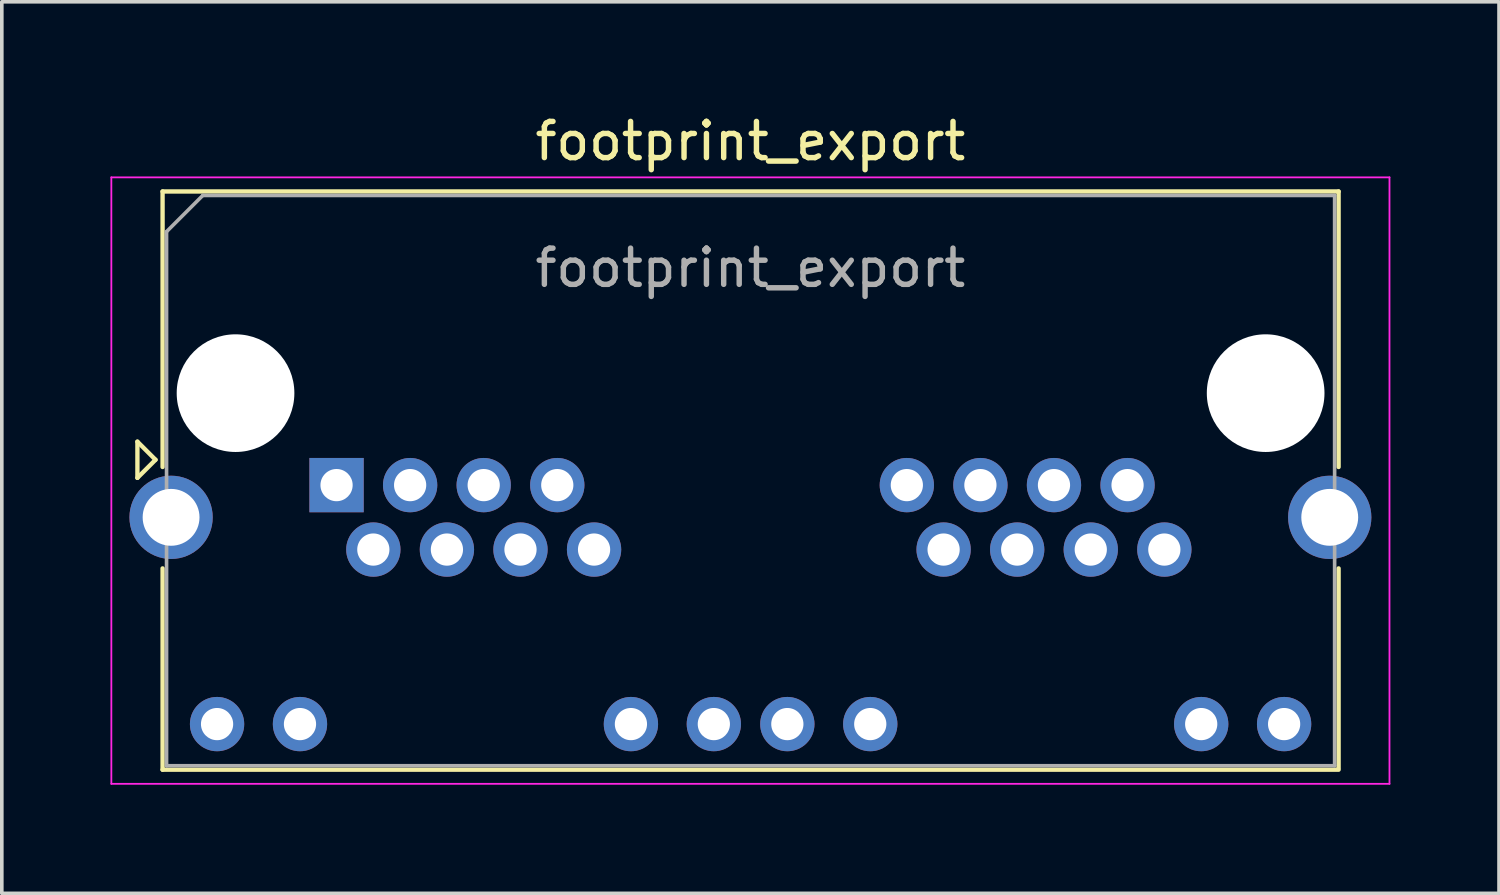
<source format=kicad_pcb>
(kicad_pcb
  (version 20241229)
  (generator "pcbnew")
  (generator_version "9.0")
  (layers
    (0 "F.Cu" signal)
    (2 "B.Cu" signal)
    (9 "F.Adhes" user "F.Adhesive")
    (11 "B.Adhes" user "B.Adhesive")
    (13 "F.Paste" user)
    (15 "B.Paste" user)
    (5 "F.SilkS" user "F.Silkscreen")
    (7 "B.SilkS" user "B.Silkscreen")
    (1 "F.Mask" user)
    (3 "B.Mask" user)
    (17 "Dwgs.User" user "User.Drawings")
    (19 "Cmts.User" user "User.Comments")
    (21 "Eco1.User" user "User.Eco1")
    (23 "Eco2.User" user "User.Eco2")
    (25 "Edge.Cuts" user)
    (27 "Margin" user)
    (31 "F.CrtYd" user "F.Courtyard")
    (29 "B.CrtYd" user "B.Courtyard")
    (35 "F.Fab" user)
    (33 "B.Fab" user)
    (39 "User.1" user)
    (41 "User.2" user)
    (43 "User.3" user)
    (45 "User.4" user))
  (footprint "footprint_export"
    (layer "F.Cu")
    (at 6.245 10.348)
    (property "Reference" "footprint_export" (at 11.43 -9.5 0) (layer "F.SilkS") (effects (font (size 1 1) (thickness 0.15))))
    (attr through_hole)
    (fp_line (start -5.5 -1.2) (end -5 -0.7) (stroke (width 0.12) (type solid)) (layer "F.SilkS"))
    (fp_line (start -5.5 -0.2) (end -5.5 -1.2) (stroke (width 0.12) (type solid)) (layer "F.SilkS"))
    (fp_line (start -5 -0.7) (end -5.5 -0.2) (stroke (width 0.12) (type solid)) (layer "F.SilkS"))
    (fp_line (start -4.805 -8.11) (end -4.805 -0.5) (stroke (width 0.12) (type solid)) (layer "F.SilkS"))
    (fp_line (start -4.805 -8.11) (end 27.675 -8.11) (stroke (width 0.12) (type solid)) (layer "F.SilkS"))
    (fp_line (start -4.805 7.86) (end -4.805 2.3) (stroke (width 0.12) (type solid)) (layer "F.SilkS"))
    (fp_line (start -4.805 7.86) (end 27.675 7.86) (stroke (width 0.12) (type solid)) (layer "F.SilkS"))
    (fp_line (start 27.675 -8.11) (end 27.675 -0.5) (stroke (width 0.12) (type solid)) (layer "F.SilkS"))
    (fp_line (start 27.675 7.815) (end 27.675 2.3) (stroke (width 0.12) (type solid)) (layer "F.SilkS"))
    (fp_line (start -6.22 -8.5) (end -6.22 8.25) (stroke (width 0.05) (type solid)) (layer "F.CrtYd"))
    (fp_line (start -6.22 -8.5) (end 29.08 -8.5) (stroke (width 0.05) (type solid)) (layer "F.CrtYd"))
    (fp_line (start -6.22 8.25) (end 29.08 8.25) (stroke (width 0.05) (type solid)) (layer "F.CrtYd"))
    (fp_line (start 29.08 -8.5) (end 29.08 8.25) (stroke (width 0.05) (type solid)) (layer "F.CrtYd"))
    (fp_line (start -4.695 -7) (end -4.695 7.75) (stroke (width 0.1) (type solid)) (layer "F.Fab"))
    (fp_line (start -4.695 -7) (end -3.695 -8) (stroke (width 0.1) (type solid)) (layer "F.Fab"))
    (fp_line (start -4.695 7.75) (end 27.565 7.75) (stroke (width 0.1) (type solid)) (layer "F.Fab"))
    (fp_line (start -3.695 -8) (end 27.565 -8) (stroke (width 0.1) (type solid)) (layer "F.Fab"))
    (fp_line (start 27.565 -8) (end 27.565 7.75) (stroke (width 0.1) (type solid)) (layer "F.Fab"))
    (fp_text user "${REFERENCE}" (at 11.43 -6 0) (layer "F.Fab") (effects (font (size 1 1) (thickness 0.15))))
    (pad "" np_thru_hole circle (at -2.79 -2.54) (size 3.25 3.25) (drill 3.25) (layers "*.Cu" "*.Mask"))
    (pad "" np_thru_hole circle (at 25.66 -2.54) (size 3.25 3.25) (drill 3.25) (layers "*.Cu" "*.Mask"))
    (pad "1" thru_hole rect (at 0 0) (size 1.5 1.5) (drill 0.89) (layers "*.Cu" "*.Mask"))
    (pad "2" thru_hole circle (at 1.016 1.78) (size 1.5 1.5) (drill 0.89) (layers "*.Cu" "*.Mask"))
    (pad "3" thru_hole circle (at 2.032 0) (size 1.5 1.5) (drill 0.89) (layers "*.Cu" "*.Mask"))
    (pad "4" thru_hole circle (at 3.048 1.78) (size 1.5 1.5) (drill 0.89) (layers "*.Cu" "*.Mask"))
    (pad "5" thru_hole circle (at 4.064 0) (size 1.5 1.5) (drill 0.89) (layers "*.Cu" "*.Mask"))
    (pad "6" thru_hole circle (at 5.08 1.78) (size 1.5 1.5) (drill 0.89) (layers "*.Cu" "*.Mask"))
    (pad "7" thru_hole circle (at 6.096 0) (size 1.5 1.5) (drill 0.89) (layers "*.Cu" "*.Mask"))
    (pad "8" thru_hole circle (at 7.112 1.78) (size 1.5 1.5) (drill 0.89) (layers "*.Cu" "*.Mask"))
    (pad "9" thru_hole circle (at -3.3 6.6) (size 1.5 1.5) (drill 0.89) (layers "*.Cu" "*.Mask"))
    (pad "10" thru_hole circle (at -1.01 6.6) (size 1.5 1.5) (drill 0.89) (layers "*.Cu" "*.Mask"))
    (pad "11" thru_hole circle (at 8.13 6.6) (size 1.5 1.5) (drill 0.89) (layers "*.Cu" "*.Mask"))
    (pad "12" thru_hole circle (at 10.42 6.6) (size 1.5 1.5) (drill 0.89) (layers "*.Cu" "*.Mask"))
    (pad "13" thru_hole circle (at 15.75 0) (size 1.5 1.5) (drill 0.89) (layers "*.Cu" "*.Mask"))
    (pad "14" thru_hole circle (at 16.766 1.78) (size 1.5 1.5) (drill 0.89) (layers "*.Cu" "*.Mask"))
    (pad "15" thru_hole circle (at 17.782 0) (size 1.5 1.5) (drill 0.89) (layers "*.Cu" "*.Mask"))
    (pad "16" thru_hole circle (at 18.798 1.78) (size 1.5 1.5) (drill 0.89) (layers "*.Cu" "*.Mask"))
    (pad "17" thru_hole circle (at 19.814 0) (size 1.5 1.5) (drill 0.89) (layers "*.Cu" "*.Mask"))
    (pad "18" thru_hole circle (at 20.83 1.78) (size 1.5 1.5) (drill 0.89) (layers "*.Cu" "*.Mask"))
    (pad "19" thru_hole circle (at 21.846 0) (size 1.5 1.5) (drill 0.89) (layers "*.Cu" "*.Mask"))
    (pad "20" thru_hole circle (at 22.862 1.78) (size 1.5 1.5) (drill 0.89) (layers "*.Cu" "*.Mask"))
    (pad "21" thru_hole circle (at 12.45 6.6) (size 1.5 1.5) (drill 0.89) (layers "*.Cu" "*.Mask"))
    (pad "22" thru_hole circle (at 14.74 6.6) (size 1.5 1.5) (drill 0.89) (layers "*.Cu" "*.Mask"))
    (pad "23" thru_hole circle (at 23.88 6.6) (size 1.5 1.5) (drill 0.89) (layers "*.Cu" "*.Mask"))
    (pad "24" thru_hole circle (at 26.17 6.6) (size 1.5 1.5) (drill 0.89) (layers "*.Cu" "*.Mask"))
    (pad "SH" thru_hole circle (at -4.57 0.89) (size 2.3 2.3) (drill 1.57) (layers "*.Cu" "*.Mask"))
    (pad "SH" thru_hole circle (at 27.43 0.89) (size 2.3 2.3) (drill 1.57) (layers "*.Cu" "*.Mask")))
  (gr_rect
    (start -3 -3)
    (end 38.35 21.623)
    (stroke (width 0.1) (type default))
    (fill no)
    (layer "Edge.Cuts")))
</source>
